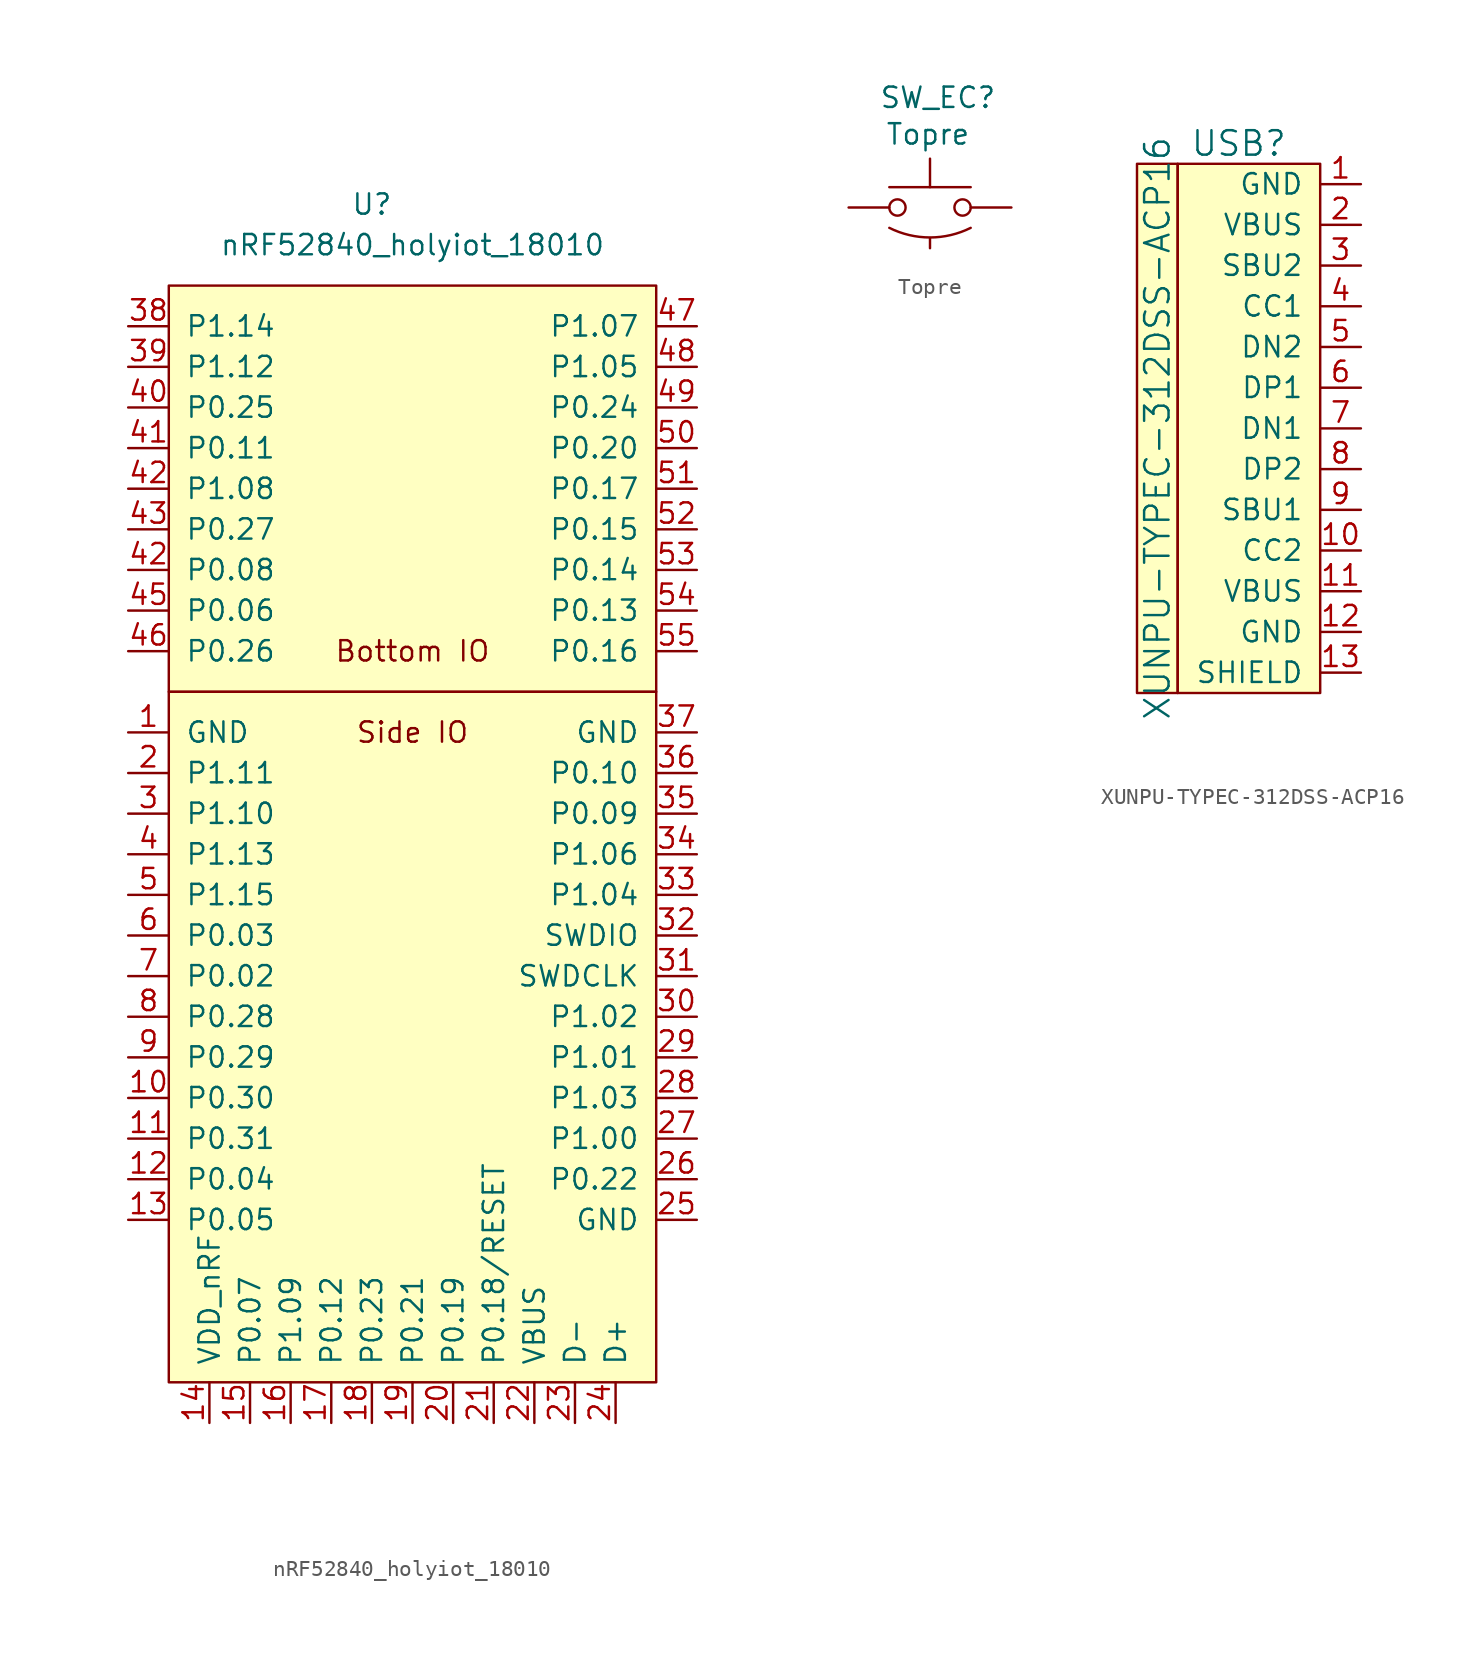
<source format=kicad_sym>
(kicad_symbol_lib
  (version 20211014)
  (generator kicad_symbol_editor)
  (symbol "nRF52840_holyiot_18010"
    (pin_names
      (offset 1.016))
    (property "Reference" "U"
      (at -2.54 39.37 0)
      (effects (font (size 1.27 1.27))))
    (property "Value" "nRF52840_holyiot_18010"
      (at 0 36.83 0)
      (effects (font (size 1.27 1.27))))
    (symbol "nRF52840_holyiot_18010_0_0"
      (rectangle (start -15.24 8.89) (end 15.24 -34.29) (stroke (width 0) (type default) (color 0 0 0 0)) (fill (type background)))
      (rectangle (start -15.24 8.89) (end 15.24 34.29) (stroke (width 0) (type default) (color 0 0 0 0)) (fill (type background)))
      (text "Bottom IO" (at 0 11.43 0) (effects (font (size 1.27 1.27))))
      (text "Side IO" (at 0 6.35 0) (effects (font (size 1.27 1.27)))))
    (symbol "nRF52840_holyiot_18010_1_1"
      (pin power_in line (at -17.78 6.35 0) (length 2.54) (name "GND" (effects (font (size 1.27 1.27)))) (number "1" (effects (font (size 1.27 1.27)))))
      (pin bidirectional line (at -17.78 -16.51 0) (length 2.54) (name "P0.30" (effects (font (size 1.27 1.27)))) (number "10" (effects (font (size 1.27 1.27)))))
      (pin bidirectional line (at -17.78 -19.05 0) (length 2.54) (name "P0.31" (effects (font (size 1.27 1.27)))) (number "11" (effects (font (size 1.27 1.27)))))
      (pin bidirectional line (at -17.78 -21.59 0) (length 2.54) (name "P0.04" (effects (font (size 1.27 1.27)))) (number "12" (effects (font (size 1.27 1.27)))))
      (pin bidirectional line (at -17.78 -24.13 0) (length 2.54) (name "P0.05" (effects (font (size 1.27 1.27)))) (number "13" (effects (font (size 1.27 1.27)))))
      (pin power_in line (at -12.7 -36.83 90) (length 2.54) (name "VDD_nRF" (effects (font (size 1.27 1.27)))) (number "14" (effects (font (size 1.27 1.27)))))
      (pin bidirectional line (at -10.16 -36.83 90) (length 2.54) (name "P0.07" (effects (font (size 1.27 1.27)))) (number "15" (effects (font (size 1.27 1.27)))))
      (pin bidirectional line (at -7.62 -36.83 90) (length 2.54) (name "P1.09" (effects (font (size 1.27 1.27)))) (number "16" (effects (font (size 1.27 1.27)))))
      (pin bidirectional line (at -5.08 -36.83 90) (length 2.54) (name "P0.12" (effects (font (size 1.27 1.27)))) (number "17" (effects (font (size 1.27 1.27)))))
      (pin bidirectional line (at -2.54 -36.83 90) (length 2.54) (name "P0.23" (effects (font (size 1.27 1.27)))) (number "18" (effects (font (size 1.27 1.27)))))
      (pin bidirectional line (at 0 -36.83 90) (length 2.54) (name "P0.21" (effects (font (size 1.27 1.27)))) (number "19" (effects (font (size 1.27 1.27)))))
      (pin bidirectional line (at -17.78 3.81 0) (length 2.54) (name "P1.11" (effects (font (size 1.27 1.27)))) (number "2" (effects (font (size 1.27 1.27)))))
      (pin bidirectional line (at 2.54 -36.83 90) (length 2.54) (name "P0.19" (effects (font (size 1.27 1.27)))) (number "20" (effects (font (size 1.27 1.27)))))
      (pin input line (at 5.08 -36.83 90) (length 2.54) (name "P0.18/RESET" (effects (font (size 1.27 1.27)))) (number "21" (effects (font (size 1.27 1.27)))))
      (pin power_in line (at 7.62 -36.83 90) (length 2.54) (name "VBUS" (effects (font (size 1.27 1.27)))) (number "22" (effects (font (size 1.27 1.27)))))
      (pin bidirectional line (at 10.16 -36.83 90) (length 2.54) (name "D-" (effects (font (size 1.27 1.27)))) (number "23" (effects (font (size 1.27 1.27)))))
      (pin bidirectional line (at 12.7 -36.83 90) (length 2.54) (name "D+" (effects (font (size 1.27 1.27)))) (number "24" (effects (font (size 1.27 1.27)))))
      (pin power_in line (at 17.78 -24.13 180) (length 2.54) (name "GND" (effects (font (size 1.27 1.27)))) (number "25" (effects (font (size 1.27 1.27)))))
      (pin bidirectional line (at 17.78 -21.59 180) (length 2.54) (name "P0.22" (effects (font (size 1.27 1.27)))) (number "26" (effects (font (size 1.27 1.27)))))
      (pin bidirectional line (at 17.78 -19.05 180) (length 2.54) (name "P1.00" (effects (font (size 1.27 1.27)))) (number "27" (effects (font (size 1.27 1.27)))))
      (pin bidirectional line (at 17.78 -16.51 180) (length 2.54) (name "P1.03" (effects (font (size 1.27 1.27)))) (number "28" (effects (font (size 1.27 1.27)))))
      (pin bidirectional line (at 17.78 -13.97 180) (length 2.54) (name "P1.01" (effects (font (size 1.27 1.27)))) (number "29" (effects (font (size 1.27 1.27)))))
      (pin bidirectional line (at -17.78 1.27 0) (length 2.54) (name "P1.10" (effects (font (size 1.27 1.27)))) (number "3" (effects (font (size 1.27 1.27)))))
      (pin bidirectional line (at 17.78 -11.43 180) (length 2.54) (name "P1.02" (effects (font (size 1.27 1.27)))) (number "30" (effects (font (size 1.27 1.27)))))
      (pin bidirectional line (at 17.78 -8.89 180) (length 2.54) (name "SWDCLK" (effects (font (size 1.27 1.27)))) (number "31" (effects (font (size 1.27 1.27)))))
      (pin bidirectional line (at 17.78 -6.35 180) (length 2.54) (name "SWDIO" (effects (font (size 1.27 1.27)))) (number "32" (effects (font (size 1.27 1.27)))))
      (pin bidirectional line (at 17.78 -3.81 180) (length 2.54) (name "P1.04" (effects (font (size 1.27 1.27)))) (number "33" (effects (font (size 1.27 1.27)))))
      (pin bidirectional line (at 17.78 -1.27 180) (length 2.54) (name "P1.06" (effects (font (size 1.27 1.27)))) (number "34" (effects (font (size 1.27 1.27)))))
      (pin bidirectional line (at 17.78 1.27 180) (length 2.54) (name "P0.09" (effects (font (size 1.27 1.27)))) (number "35" (effects (font (size 1.27 1.27)))))
      (pin bidirectional line (at 17.78 3.81 180) (length 2.54) (name "P0.10" (effects (font (size 1.27 1.27)))) (number "36" (effects (font (size 1.27 1.27)))))
      (pin power_in line (at 17.78 6.35 180) (length 2.54) (name "GND" (effects (font (size 1.27 1.27)))) (number "37" (effects (font (size 1.27 1.27)))))
      (pin bidirectional line (at -17.78 31.75 0) (length 2.54) (name "P1.14" (effects (font (size 1.27 1.27)))) (number "38" (effects (font (size 1.27 1.27)))))
      (pin bidirectional line (at -17.78 29.21 0) (length 2.54) (name "P1.12" (effects (font (size 1.27 1.27)))) (number "39" (effects (font (size 1.27 1.27)))))
      (pin bidirectional line (at -17.78 -1.27 0) (length 2.54) (name "P1.13" (effects (font (size 1.27 1.27)))) (number "4" (effects (font (size 1.27 1.27)))))
      (pin bidirectional line (at -17.78 26.67 0) (length 2.54) (name "P0.25" (effects (font (size 1.27 1.27)))) (number "40" (effects (font (size 1.27 1.27)))))
      (pin bidirectional line (at -17.78 24.13 0) (length 2.54) (name "P0.11" (effects (font (size 1.27 1.27)))) (number "41" (effects (font (size 1.27 1.27)))))
      (pin bidirectional line (at -17.78 16.51 0) (length 2.54) (name "P0.08" (effects (font (size 1.27 1.27)))) (number "42" (effects (font (size 1.27 1.27)))))
      (pin bidirectional line (at -17.78 21.59 0) (length 2.54) (name "P1.08" (effects (font (size 1.27 1.27)))) (number "42" (effects (font (size 1.27 1.27)))))
      (pin bidirectional line (at -17.78 19.05 0) (length 2.54) (name "P0.27" (effects (font (size 1.27 1.27)))) (number "43" (effects (font (size 1.27 1.27)))))
      (pin bidirectional line (at -17.78 13.97 0) (length 2.54) (name "P0.06" (effects (font (size 1.27 1.27)))) (number "45" (effects (font (size 1.27 1.27)))))
      (pin bidirectional line (at -17.78 11.43 0) (length 2.54) (name "P0.26" (effects (font (size 1.27 1.27)))) (number "46" (effects (font (size 1.27 1.27)))))
      (pin bidirectional line (at 17.78 31.75 180) (length 2.54) (name "P1.07" (effects (font (size 1.27 1.27)))) (number "47" (effects (font (size 1.27 1.27)))))
      (pin bidirectional line (at 17.78 29.21 180) (length 2.54) (name "P1.05" (effects (font (size 1.27 1.27)))) (number "48" (effects (font (size 1.27 1.27)))))
      (pin bidirectional line (at 17.78 26.67 180) (length 2.54) (name "P0.24" (effects (font (size 1.27 1.27)))) (number "49" (effects (font (size 1.27 1.27)))))
      (pin bidirectional line (at -17.78 -3.81 0) (length 2.54) (name "P1.15" (effects (font (size 1.27 1.27)))) (number "5" (effects (font (size 1.27 1.27)))))
      (pin bidirectional line (at 17.78 24.13 180) (length 2.54) (name "P0.20" (effects (font (size 1.27 1.27)))) (number "50" (effects (font (size 1.27 1.27)))))
      (pin bidirectional line (at 17.78 21.59 180) (length 2.54) (name "P0.17" (effects (font (size 1.27 1.27)))) (number "51" (effects (font (size 1.27 1.27)))))
      (pin bidirectional line (at 17.78 19.05 180) (length 2.54) (name "P0.15" (effects (font (size 1.27 1.27)))) (number "52" (effects (font (size 1.27 1.27)))))
      (pin bidirectional line (at 17.78 16.51 180) (length 2.54) (name "P0.14" (effects (font (size 1.27 1.27)))) (number "53" (effects (font (size 1.27 1.27)))))
      (pin bidirectional line (at 17.78 13.97 180) (length 2.54) (name "P0.13" (effects (font (size 1.27 1.27)))) (number "54" (effects (font (size 1.27 1.27)))))
      (pin bidirectional line (at 17.78 11.43 180) (length 2.54) (name "P0.16" (effects (font (size 1.27 1.27)))) (number "55" (effects (font (size 1.27 1.27)))))
      (pin bidirectional line (at -17.78 -6.35 0) (length 2.54) (name "P0.03" (effects (font (size 1.27 1.27)))) (number "6" (effects (font (size 1.27 1.27)))))
      (pin bidirectional line (at -17.78 -8.89 0) (length 2.54) (name "P0.02" (effects (font (size 1.27 1.27)))) (number "7" (effects (font (size 1.27 1.27)))))
      (pin bidirectional line (at -17.78 -11.43 0) (length 2.54) (name "P0.28" (effects (font (size 1.27 1.27)))) (number "8" (effects (font (size 1.27 1.27)))))
      (pin bidirectional line (at -17.78 -13.97 0) (length 2.54) (name "P0.29" (effects (font (size 1.27 1.27)))) (number "9" (effects (font (size 1.27 1.27)))))))
  (symbol "Topre"
    (pin_numbers hide)
    (pin_names
      (offset 1.016) hide)
    (property "Reference" "SW_EC"
      (at -3.175 6.858 0)
      (effects (font (size 1.27 1.27)) (justify left)))
    (property "Value" "Topre"
      (at -0.127 4.572 0)
      (effects (font (size 1.27 1.27))))
    (symbol "Topre_0_1"
      (arc (start -2.54 -1.27) (mid 0 -1.8696) (end 2.54 -1.27) (stroke (width 0) (type default) (color 0 0 0 0)) (fill (type none)))
      (circle (center -2.032 0) (radius 0.508) (stroke (width 0) (type default) (color 0 0 0 0)) (fill (type none)))
      (polyline (pts (xy 0 1.27) (xy 0 3.048)) (stroke (width 0) (type default) (color 0 0 0 0)) (fill (type none)))
      (polyline (pts (xy 2.54 1.27) (xy -2.54 1.27)) (stroke (width 0) (type default) (color 0 0 0 0)) (fill (type none)))
      (circle (center 2.032 0) (radius 0.508) (stroke (width 0) (type default) (color 0 0 0 0)) (fill (type none)))
      (pin input line (at -5.08 0 0) (length 2.54) (name "1" (effects (font (size 1.27 1.27)))) (number "1" (effects (font (size 1.27 1.27)))))
      (pin output line (at 5.08 0 180) (length 2.54) (name "2" (effects (font (size 1.27 1.27)))) (number "2" (effects (font (size 1.27 1.27))))))
    (symbol "Topre_1_1"
      (pin power_in line (at 0 -2.54 90) (length 0.61) (name "3" (effects (font (size 1.27 1.27)))) (number "3" (effects (font (size 1.27 1.27)))))))
  (symbol "XUNPU-TYPEC-312DSS-ACP16"
    (pin_names
      (offset 1.016))
    (property "Reference" "USB"
      (at -5.08 16.51 0)
      (effects (font (size 1.524 1.524))))
    (property "Value" "XUNPU-TYPEC-312DSS-ACP16"
      (at -10.16 -1.27 90)
      (effects (font (size 1.524 1.524))))
    (symbol "XUNPU-TYPEC-312DSS-ACP16_0_1"
      (rectangle (start -11.43 15.24) (end -8.89 -17.78) (stroke (width 0) (type default) (color 0 0 0 0)) (fill (type background)))
      (rectangle (start 0 -17.78) (end -8.89 15.24) (stroke (width 0) (type default) (color 0 0 0 0)) (fill (type background))))
    (symbol "XUNPU-TYPEC-312DSS-ACP16_1_1"
      (pin input line (at 2.54 13.97 180) (length 2.54) (name "GND" (effects (font (size 1.27 1.27)))) (number "1" (effects (font (size 1.27 1.27)))))
      (pin input line (at 2.54 -8.89 180) (length 2.54) (name "CC2" (effects (font (size 1.27 1.27)))) (number "10" (effects (font (size 1.27 1.27)))))
      (pin input line (at 2.54 -11.43 180) (length 2.54) (name "VBUS" (effects (font (size 1.27 1.27)))) (number "11" (effects (font (size 1.27 1.27)))))
      (pin input line (at 2.54 -13.97 180) (length 2.54) (name "GND" (effects (font (size 1.27 1.27)))) (number "12" (effects (font (size 1.27 1.27)))))
      (pin input line (at 2.54 -16.51 180) (length 2.54) (name "SHIELD" (effects (font (size 1.27 1.27)))) (number "13" (effects (font (size 1.27 1.27)))))
      (pin input line (at 2.54 11.43 180) (length 2.54) (name "VBUS" (effects (font (size 1.27 1.27)))) (number "2" (effects (font (size 1.27 1.27)))))
      (pin input line (at 2.54 8.89 180) (length 2.54) (name "SBU2" (effects (font (size 1.27 1.27)))) (number "3" (effects (font (size 1.27 1.27)))))
      (pin input line (at 2.54 6.35 180) (length 2.54) (name "CC1" (effects (font (size 1.27 1.27)))) (number "4" (effects (font (size 1.27 1.27)))))
      (pin input line (at 2.54 3.81 180) (length 2.54) (name "DN2" (effects (font (size 1.27 1.27)))) (number "5" (effects (font (size 1.27 1.27)))))
      (pin input line (at 2.54 1.27 180) (length 2.54) (name "DP1" (effects (font (size 1.27 1.27)))) (number "6" (effects (font (size 1.27 1.27)))))
      (pin input line (at 2.54 -1.27 180) (length 2.54) (name "DN1" (effects (font (size 1.27 1.27)))) (number "7" (effects (font (size 1.27 1.27)))))
      (pin input line (at 2.54 -3.81 180) (length 2.54) (name "DP2" (effects (font (size 1.27 1.27)))) (number "8" (effects (font (size 1.27 1.27)))))
      (pin input line (at 2.54 -6.35 180) (length 2.54) (name "SBU1" (effects (font (size 1.27 1.27)))) (number "9" (effects (font (size 1.27 1.27))))))))
</source>
